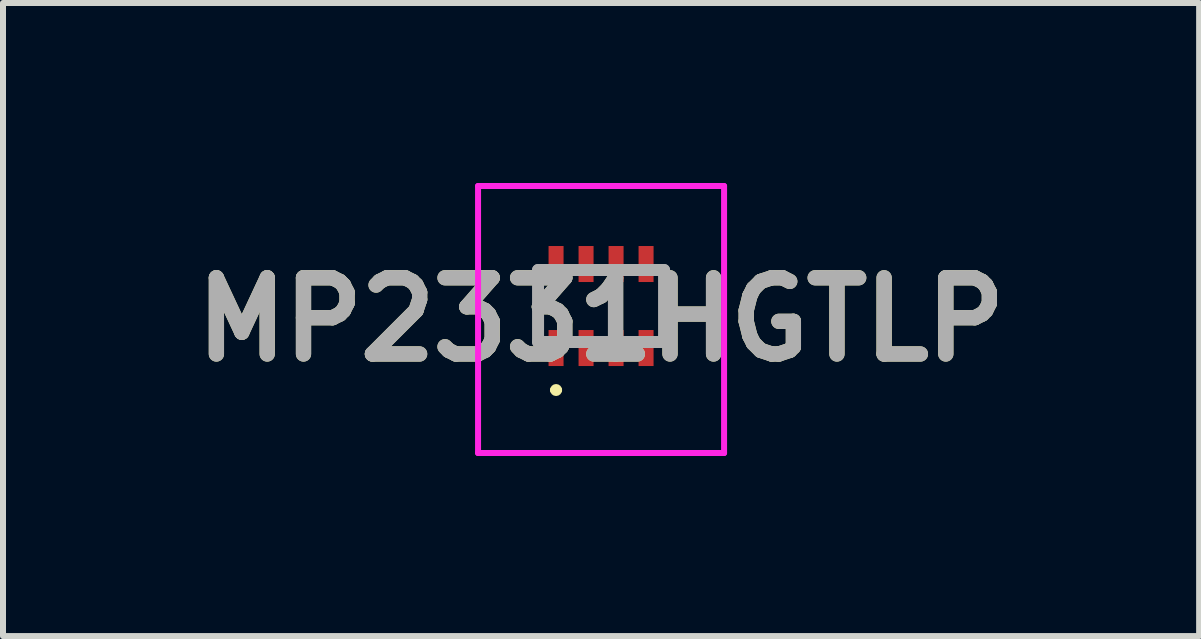
<source format=kicad_pcb>
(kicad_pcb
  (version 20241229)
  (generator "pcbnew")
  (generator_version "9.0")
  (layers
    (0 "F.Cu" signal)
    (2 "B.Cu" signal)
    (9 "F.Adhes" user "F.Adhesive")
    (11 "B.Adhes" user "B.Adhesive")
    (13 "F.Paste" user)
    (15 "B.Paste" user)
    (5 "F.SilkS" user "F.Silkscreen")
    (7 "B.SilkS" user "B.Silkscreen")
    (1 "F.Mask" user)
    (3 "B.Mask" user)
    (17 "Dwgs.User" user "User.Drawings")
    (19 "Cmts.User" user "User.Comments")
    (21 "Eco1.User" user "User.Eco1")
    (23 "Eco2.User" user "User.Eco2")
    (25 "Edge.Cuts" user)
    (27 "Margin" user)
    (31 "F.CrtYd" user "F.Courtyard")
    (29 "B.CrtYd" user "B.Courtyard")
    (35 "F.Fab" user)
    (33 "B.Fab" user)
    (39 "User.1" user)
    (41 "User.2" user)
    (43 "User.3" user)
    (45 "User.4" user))
  (footprint "MP2331HGTLP"
    (layer "F.Cu")
    (at 6.967 2.05)
    (property "Reference" "MP2331HGTLP" (at 0 0.225 0) (layer "F.SilkS") (effects (font (size 1.27 1.27) (thickness 0.254))))
    (attr smd)
    (fp_line (start -1.05 -0.4) (end -1.05 0.4) (stroke (width 0.1) (type solid)) (layer "F.SilkS"))
    (fp_line (start -0.8 1.4) (end -0.8 1.4) (stroke (width 0.1) (type solid)) (layer "F.SilkS"))
    (fp_line (start -0.7 1.4) (end -0.7 1.4) (stroke (width 0.1) (type solid)) (layer "F.SilkS"))
    (fp_line (start 1.05 -0.4) (end 1.05 0.4) (stroke (width 0.1) (type solid)) (layer "F.SilkS"))
    (fp_arc (start -0.8 1.4) (mid -0.75 1.35) (end -0.7 1.4) (stroke (width 0.1) (type solid)) (layer "F.SilkS"))
    (fp_arc (start -0.7 1.4) (mid -0.75 1.45) (end -0.8 1.4) (stroke (width 0.1) (type solid)) (layer "F.SilkS"))
    (fp_line (start -2.05 -2) (end 2.05 -2) (stroke (width 0.1) (type solid)) (layer "F.CrtYd"))
    (fp_line (start -2.05 2.45) (end -2.05 -2) (stroke (width 0.1) (type solid)) (layer "F.CrtYd"))
    (fp_line (start 2.05 -2) (end 2.05 2.45) (stroke (width 0.1) (type solid)) (layer "F.CrtYd"))
    (fp_line (start 2.05 2.45) (end -2.05 2.45) (stroke (width 0.1) (type solid)) (layer "F.CrtYd"))
    (fp_line (start -1.05 -0.6) (end 1.05 -0.6) (stroke (width 0.2) (type solid)) (layer "F.Fab"))
    (fp_line (start -1.05 0.6) (end -1.05 -0.6) (stroke (width 0.2) (type solid)) (layer "F.Fab"))
    (fp_line (start 1.05 -0.6) (end 1.05 0.6) (stroke (width 0.2) (type solid)) (layer "F.Fab"))
    (fp_line (start 1.05 0.6) (end -1.05 0.6) (stroke (width 0.2) (type solid)) (layer "F.Fab"))
    (fp_text user "${REFERENCE}" (at 0 0.225 0) (layer "F.Fab") (effects (font (size 1.27 1.27) (thickness 0.254))))
    (pad "1" smd rect (at -0.75 0.7) (size 0.25 0.6) (layers "F.Cu" "F.Mask" "F.Paste"))
    (pad "2" smd rect (at -0.25 0.7) (size 0.25 0.6) (layers "F.Cu" "F.Mask" "F.Paste"))
    (pad "3" smd rect (at 0.25 0.7) (size 0.25 0.6) (layers "F.Cu" "F.Mask" "F.Paste"))
    (pad "4" smd rect (at 0.75 0.7) (size 0.25 0.6) (layers "F.Cu" "F.Mask" "F.Paste"))
    (pad "5" smd rect (at 0.75 -0.7) (size 0.25 0.6) (layers "F.Cu" "F.Mask" "F.Paste"))
    (pad "6" smd rect (at 0.25 -0.7) (size 0.25 0.6) (layers "F.Cu" "F.Mask" "F.Paste"))
    (pad "7" smd rect (at -0.25 -0.7) (size 0.25 0.6) (layers "F.Cu" "F.Mask" "F.Paste"))
    (pad "8" smd rect (at -0.75 -0.7) (size 0.25 0.6) (layers "F.Cu" "F.Mask" "F.Paste")))
  (gr_rect
    (start -3 -3)
    (end 16.934 7.55)
    (stroke (width 0.1) (type default))
    (fill no)
    (layer "Edge.Cuts")))
</source>
